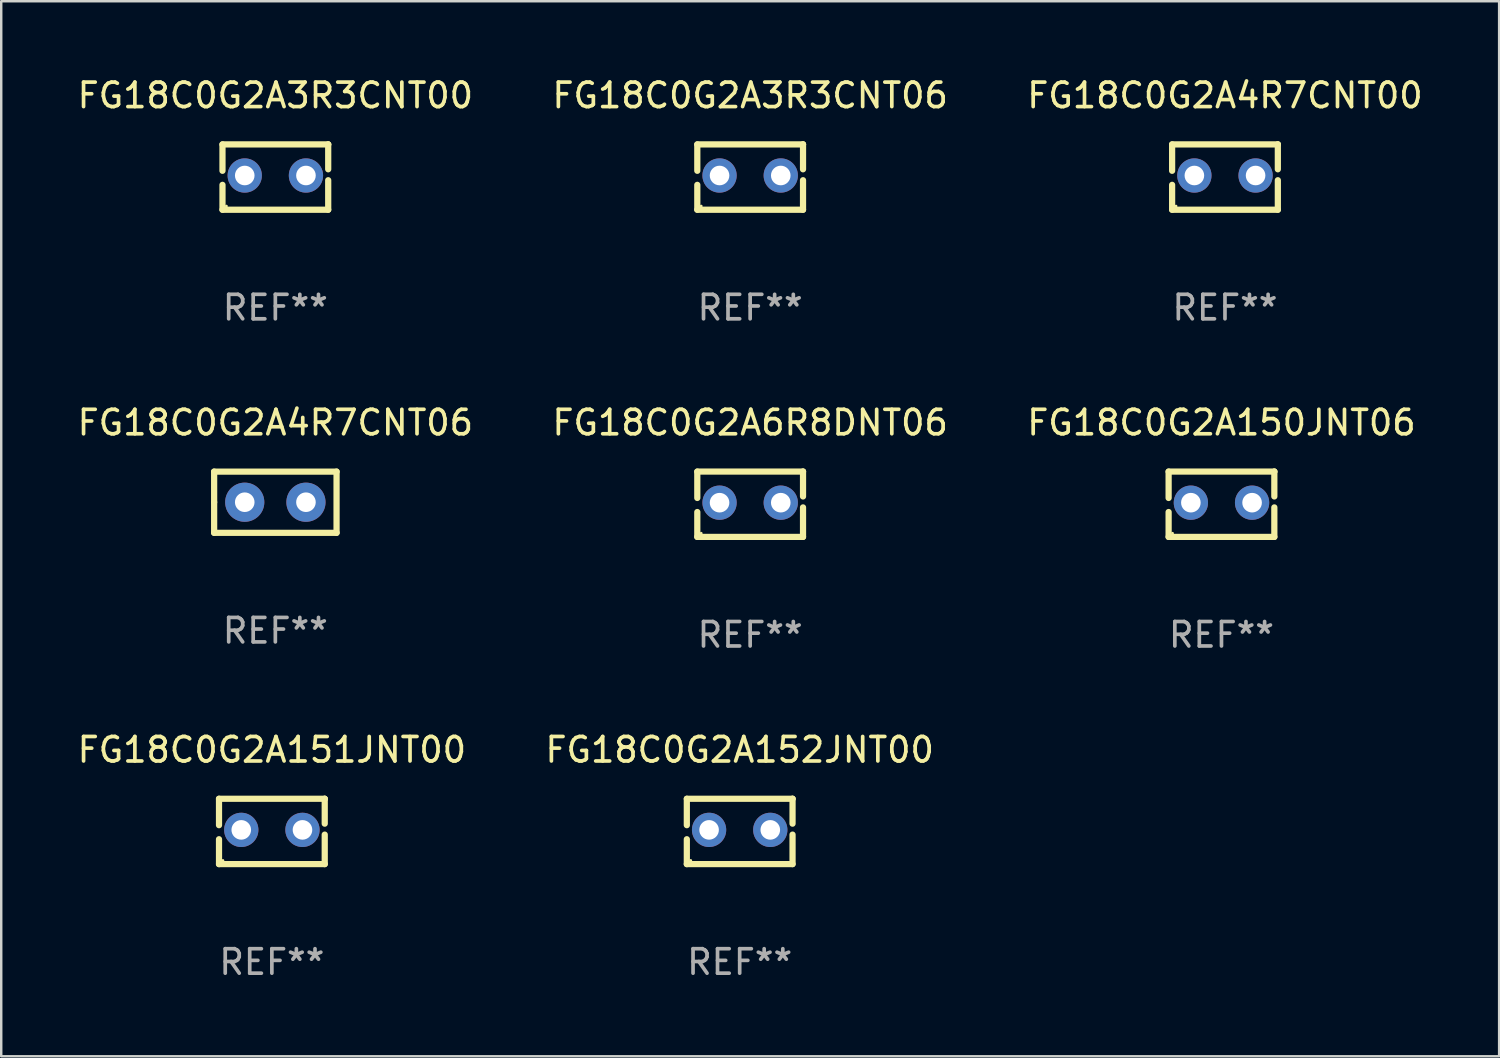
<source format=kicad_pcb>
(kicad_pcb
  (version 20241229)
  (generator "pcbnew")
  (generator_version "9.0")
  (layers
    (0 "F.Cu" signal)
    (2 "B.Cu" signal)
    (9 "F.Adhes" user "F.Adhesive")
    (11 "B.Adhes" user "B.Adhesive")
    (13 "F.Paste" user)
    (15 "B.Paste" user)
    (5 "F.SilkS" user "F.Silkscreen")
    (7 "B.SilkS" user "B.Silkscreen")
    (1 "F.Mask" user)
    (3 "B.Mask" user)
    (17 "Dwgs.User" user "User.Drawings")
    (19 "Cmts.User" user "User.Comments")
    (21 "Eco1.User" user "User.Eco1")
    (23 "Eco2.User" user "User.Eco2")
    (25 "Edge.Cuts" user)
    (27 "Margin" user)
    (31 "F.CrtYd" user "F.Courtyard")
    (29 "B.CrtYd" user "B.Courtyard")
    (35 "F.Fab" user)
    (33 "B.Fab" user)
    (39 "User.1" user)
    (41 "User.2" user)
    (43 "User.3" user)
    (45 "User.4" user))
  (footprint "FG18C0G2A151JNT00"
    (layer "F.Cu")
    (at 8.054 30.909)
    (property "Reference" "FG18C0G2A151JNT00" (at 0 -3.334 0) (layer "F.SilkS") (effects (font (size 1 1) (thickness 0.15))))
    (attr through_hole)
    (fp_line (start -2.159 -1.334) (end 2.159 -1.334) (stroke (width 0.254) (type solid)) (layer "F.SilkS"))
    (fp_line (start -2.159 -0.256) (end -2.159 -1.334) (stroke (width 0.254) (type solid)) (layer "F.SilkS"))
    (fp_line (start -2.159 1.334) (end -2.159 0.318) (stroke (width 0.254) (type solid)) (layer "F.SilkS"))
    (fp_line (start 2.159 -1.334) (end 2.159 -1.334) (stroke (width 0.254) (type solid)) (layer "F.SilkS"))
    (fp_line (start 2.159 -1.334) (end 2.159 -0.318) (stroke (width 0.254) (type solid)) (layer "F.SilkS"))
    (fp_line (start 2.159 0.129) (end 2.159 1.334) (stroke (width 0.254) (type solid)) (layer "F.SilkS"))
    (fp_line (start 2.159 1.334) (end -2.159 1.334) (stroke (width 0.254) (type solid)) (layer "F.SilkS"))
    (fp_circle (center -2 1.186) (end -1.97 1.186) (stroke (width 0.06) (type solid)) (fill no) (layer "F.SilkS"))
    (fp_text user "REF**" (at 0 5.334 0) (layer "F.Fab") (effects (font (size 1 1) (thickness 0.15))))
    (pad "1" thru_hole circle (at -1.25 -0.064) (size 1.4 1.4) (drill 0.8) (layers "*.Cu" "*.Mask"))
    (pad "2" thru_hole circle (at 1.25 -0.064) (size 1.4 1.4) (drill 0.8) (layers "*.Cu" "*.Mask")))
  (footprint "FG18C0G2A152JNT00"
    (layer "F.Cu")
    (at 27.161 30.909)
    (property "Reference" "FG18C0G2A152JNT00" (at 0 -3.334 0) (layer "F.SilkS") (effects (font (size 1 1) (thickness 0.15))))
    (attr through_hole)
    (fp_line (start -2.159 -1.334) (end 2.159 -1.334) (stroke (width 0.254) (type solid)) (layer "F.SilkS"))
    (fp_line (start -2.159 -0.256) (end -2.159 -1.334) (stroke (width 0.254) (type solid)) (layer "F.SilkS"))
    (fp_line (start -2.159 1.334) (end -2.159 0.318) (stroke (width 0.254) (type solid)) (layer "F.SilkS"))
    (fp_line (start 2.159 -1.334) (end 2.159 -1.334) (stroke (width 0.254) (type solid)) (layer "F.SilkS"))
    (fp_line (start 2.159 -1.334) (end 2.159 -0.318) (stroke (width 0.254) (type solid)) (layer "F.SilkS"))
    (fp_line (start 2.159 0.129) (end 2.159 1.334) (stroke (width 0.254) (type solid)) (layer "F.SilkS"))
    (fp_line (start 2.159 1.334) (end -2.159 1.334) (stroke (width 0.254) (type solid)) (layer "F.SilkS"))
    (fp_circle (center -2 1.186) (end -1.97 1.186) (stroke (width 0.06) (type solid)) (fill no) (layer "F.SilkS"))
    (fp_text user "REF**" (at 0 5.334 0) (layer "F.Fab") (effects (font (size 1 1) (thickness 0.15))))
    (pad "1" thru_hole circle (at -1.25 -0.064) (size 1.4 1.4) (drill 0.8) (layers "*.Cu" "*.Mask"))
    (pad "2" thru_hole circle (at 1.25 -0.064) (size 1.4 1.4) (drill 0.8) (layers "*.Cu" "*.Mask")))
  (footprint "FG18C0G2A150JNT06"
    (layer "F.Cu")
    (at 46.839 17.545)
    (property "Reference" "FG18C0G2A150JNT06" (at 0 -3.334 0) (layer "F.SilkS") (effects (font (size 1 1) (thickness 0.15))))
    (attr through_hole)
    (fp_line (start -2.159 -1.334) (end 2.159 -1.334) (stroke (width 0.254) (type solid)) (layer "F.SilkS"))
    (fp_line (start -2.159 -0.256) (end -2.159 -1.334) (stroke (width 0.254) (type solid)) (layer "F.SilkS"))
    (fp_line (start -2.159 1.334) (end -2.159 0.318) (stroke (width 0.254) (type solid)) (layer "F.SilkS"))
    (fp_line (start 2.159 -1.334) (end 2.159 -1.334) (stroke (width 0.254) (type solid)) (layer "F.SilkS"))
    (fp_line (start 2.159 -1.334) (end 2.159 -0.318) (stroke (width 0.254) (type solid)) (layer "F.SilkS"))
    (fp_line (start 2.159 0.129) (end 2.159 1.334) (stroke (width 0.254) (type solid)) (layer "F.SilkS"))
    (fp_line (start 2.159 1.334) (end -2.159 1.334) (stroke (width 0.254) (type solid)) (layer "F.SilkS"))
    (fp_circle (center -2 1.186) (end -1.97 1.186) (stroke (width 0.06) (type solid)) (fill no) (layer "F.SilkS"))
    (fp_text user "REF**" (at 0 5.334 0) (layer "F.Fab") (effects (font (size 1 1) (thickness 0.15))))
    (pad "1" thru_hole circle (at -1.25 -0.064) (size 1.4 1.4) (drill 0.8) (layers "*.Cu" "*.Mask"))
    (pad "2" thru_hole circle (at 1.25 -0.064) (size 1.4 1.4) (drill 0.8) (layers "*.Cu" "*.Mask")))
  (footprint "FG18C0G2A4R7CNT00"
    (layer "F.Cu")
    (at 46.982 4.182)
    (property "Reference" "FG18C0G2A4R7CNT00" (at 0 -3.334 0) (layer "F.SilkS") (effects (font (size 1 1) (thickness 0.15))))
    (attr through_hole)
    (fp_line (start -2.159 -1.334) (end 2.159 -1.334) (stroke (width 0.254) (type solid)) (layer "F.SilkS"))
    (fp_line (start -2.159 -0.256) (end -2.159 -1.334) (stroke (width 0.254) (type solid)) (layer "F.SilkS"))
    (fp_line (start -2.159 1.334) (end -2.159 0.318) (stroke (width 0.254) (type solid)) (layer "F.SilkS"))
    (fp_line (start 2.159 -1.334) (end 2.159 -1.334) (stroke (width 0.254) (type solid)) (layer "F.SilkS"))
    (fp_line (start 2.159 -1.334) (end 2.159 -0.318) (stroke (width 0.254) (type solid)) (layer "F.SilkS"))
    (fp_line (start 2.159 0.129) (end 2.159 1.334) (stroke (width 0.254) (type solid)) (layer "F.SilkS"))
    (fp_line (start 2.159 1.334) (end -2.159 1.334) (stroke (width 0.254) (type solid)) (layer "F.SilkS"))
    (fp_circle (center -2 1.186) (end -1.97 1.186) (stroke (width 0.06) (type solid)) (fill no) (layer "F.SilkS"))
    (fp_text user "REF**" (at 0 5.334 0) (layer "F.Fab") (effects (font (size 1 1) (thickness 0.15))))
    (pad "1" thru_hole circle (at -1.25 -0.064) (size 1.4 1.4) (drill 0.8) (layers "*.Cu" "*.Mask"))
    (pad "2" thru_hole circle (at 1.25 -0.064) (size 1.4 1.4) (drill 0.8) (layers "*.Cu" "*.Mask")))
  (footprint "FG18C0G2A4R7CNT06"
    (layer "F.Cu")
    (at 8.196 17.462)
    (property "Reference" "FG18C0G2A4R7CNT06" (at 0 -3.25 0) (layer "F.SilkS") (effects (font (size 1 1) (thickness 0.15))))
    (attr through_hole)
    (fp_line (start -2.5 -1.25) (end 2.5 -1.25) (stroke (width 0.254) (type solid)) (layer "F.SilkS"))
    (fp_line (start -2.5 0) (end -2.5 -1.25) (stroke (width 0.254) (type solid)) (layer "F.SilkS"))
    (fp_line (start -2.5 1.25) (end -2.5 0) (stroke (width 0.254) (type solid)) (layer "F.SilkS"))
    (fp_line (start 2.5 -1.25) (end 2.5 1.25) (stroke (width 0.254) (type solid)) (layer "F.SilkS"))
    (fp_line (start 2.5 1.25) (end -2.5 1.25) (stroke (width 0.254) (type solid)) (layer "F.SilkS"))
    (fp_circle (center -2.5 1.25) (end -2.47 1.25) (stroke (width 0.06) (type solid)) (fill no) (layer "F.SilkS"))
    (fp_text user "REF**" (at 0 5.25 0) (layer "F.Fab") (effects (font (size 1 1) (thickness 0.15))))
    (pad "1" thru_hole circle (at -1.25 0) (size 1.6 1.6) (drill 0.8) (layers "*.Cu" "*.Mask"))
    (pad "2" thru_hole circle (at 1.25 0) (size 1.6 1.6) (drill 0.8) (layers "*.Cu" "*.Mask")))
  (footprint "FG18C0G2A6R8DNT06"
    (layer "F.Cu")
    (at 27.589 17.545)
    (property "Reference" "FG18C0G2A6R8DNT06" (at 0 -3.334 0) (layer "F.SilkS") (effects (font (size 1 1) (thickness 0.15))))
    (attr through_hole)
    (fp_line (start -2.159 -1.334) (end 2.159 -1.334) (stroke (width 0.254) (type solid)) (layer "F.SilkS"))
    (fp_line (start -2.159 -0.256) (end -2.159 -1.334) (stroke (width 0.254) (type solid)) (layer "F.SilkS"))
    (fp_line (start -2.159 1.334) (end -2.159 0.318) (stroke (width 0.254) (type solid)) (layer "F.SilkS"))
    (fp_line (start 2.159 -1.334) (end 2.159 -1.334) (stroke (width 0.254) (type solid)) (layer "F.SilkS"))
    (fp_line (start 2.159 -1.334) (end 2.159 -0.318) (stroke (width 0.254) (type solid)) (layer "F.SilkS"))
    (fp_line (start 2.159 0.129) (end 2.159 1.334) (stroke (width 0.254) (type solid)) (layer "F.SilkS"))
    (fp_line (start 2.159 1.334) (end -2.159 1.334) (stroke (width 0.254) (type solid)) (layer "F.SilkS"))
    (fp_circle (center -2 1.186) (end -1.97 1.186) (stroke (width 0.06) (type solid)) (fill no) (layer "F.SilkS"))
    (fp_text user "REF**" (at 0 5.334 0) (layer "F.Fab") (effects (font (size 1 1) (thickness 0.15))))
    (pad "1" thru_hole circle (at -1.25 -0.064) (size 1.4 1.4) (drill 0.8) (layers "*.Cu" "*.Mask"))
    (pad "2" thru_hole circle (at 1.25 -0.064) (size 1.4 1.4) (drill 0.8) (layers "*.Cu" "*.Mask")))
  (footprint "FG18C0G2A3R3CNT00"
    (layer "F.Cu")
    (at 8.196 4.182)
    (property "Reference" "FG18C0G2A3R3CNT00" (at 0 -3.334 0) (layer "F.SilkS") (effects (font (size 1 1) (thickness 0.15))))
    (attr through_hole)
    (fp_line (start -2.159 -1.334) (end 2.159 -1.334) (stroke (width 0.254) (type solid)) (layer "F.SilkS"))
    (fp_line (start -2.159 -0.256) (end -2.159 -1.334) (stroke (width 0.254) (type solid)) (layer "F.SilkS"))
    (fp_line (start -2.159 1.334) (end -2.159 0.318) (stroke (width 0.254) (type solid)) (layer "F.SilkS"))
    (fp_line (start 2.159 -1.334) (end 2.159 -1.334) (stroke (width 0.254) (type solid)) (layer "F.SilkS"))
    (fp_line (start 2.159 -1.334) (end 2.159 -0.318) (stroke (width 0.254) (type solid)) (layer "F.SilkS"))
    (fp_line (start 2.159 0.129) (end 2.159 1.334) (stroke (width 0.254) (type solid)) (layer "F.SilkS"))
    (fp_line (start 2.159 1.334) (end -2.159 1.334) (stroke (width 0.254) (type solid)) (layer "F.SilkS"))
    (fp_circle (center -2 1.186) (end -1.97 1.186) (stroke (width 0.06) (type solid)) (fill no) (layer "F.SilkS"))
    (fp_text user "REF**" (at 0 5.334 0) (layer "F.Fab") (effects (font (size 1 1) (thickness 0.15))))
    (pad "1" thru_hole circle (at -1.25 -0.064) (size 1.4 1.4) (drill 0.8) (layers "*.Cu" "*.Mask"))
    (pad "2" thru_hole circle (at 1.25 -0.064) (size 1.4 1.4) (drill 0.8) (layers "*.Cu" "*.Mask")))
  (footprint "FG18C0G2A3R3CNT06"
    (layer "F.Cu")
    (at 27.589 4.182)
    (property "Reference" "FG18C0G2A3R3CNT06" (at 0 -3.334 0) (layer "F.SilkS") (effects (font (size 1 1) (thickness 0.15))))
    (attr through_hole)
    (fp_line (start -2.159 -1.334) (end 2.159 -1.334) (stroke (width 0.254) (type solid)) (layer "F.SilkS"))
    (fp_line (start -2.159 -0.256) (end -2.159 -1.334) (stroke (width 0.254) (type solid)) (layer "F.SilkS"))
    (fp_line (start -2.159 1.334) (end -2.159 0.318) (stroke (width 0.254) (type solid)) (layer "F.SilkS"))
    (fp_line (start 2.159 -1.334) (end 2.159 -1.334) (stroke (width 0.254) (type solid)) (layer "F.SilkS"))
    (fp_line (start 2.159 -1.334) (end 2.159 -0.318) (stroke (width 0.254) (type solid)) (layer "F.SilkS"))
    (fp_line (start 2.159 0.129) (end 2.159 1.334) (stroke (width 0.254) (type solid)) (layer "F.SilkS"))
    (fp_line (start 2.159 1.334) (end -2.159 1.334) (stroke (width 0.254) (type solid)) (layer "F.SilkS"))
    (fp_circle (center -2 1.186) (end -1.97 1.186) (stroke (width 0.06) (type solid)) (fill no) (layer "F.SilkS"))
    (fp_text user "REF**" (at 0 5.334 0) (layer "F.Fab") (effects (font (size 1 1) (thickness 0.15))))
    (pad "1" thru_hole circle (at -1.25 -0.064) (size 1.4 1.4) (drill 0.8) (layers "*.Cu" "*.Mask"))
    (pad "2" thru_hole circle (at 1.25 -0.064) (size 1.4 1.4) (drill 0.8) (layers "*.Cu" "*.Mask")))
  (gr_rect
    (start -3 -3)
    (end 58.179 40.091)
    (stroke (width 0.1) (type default))
    (fill no)
    (layer "Edge.Cuts")))
</source>
